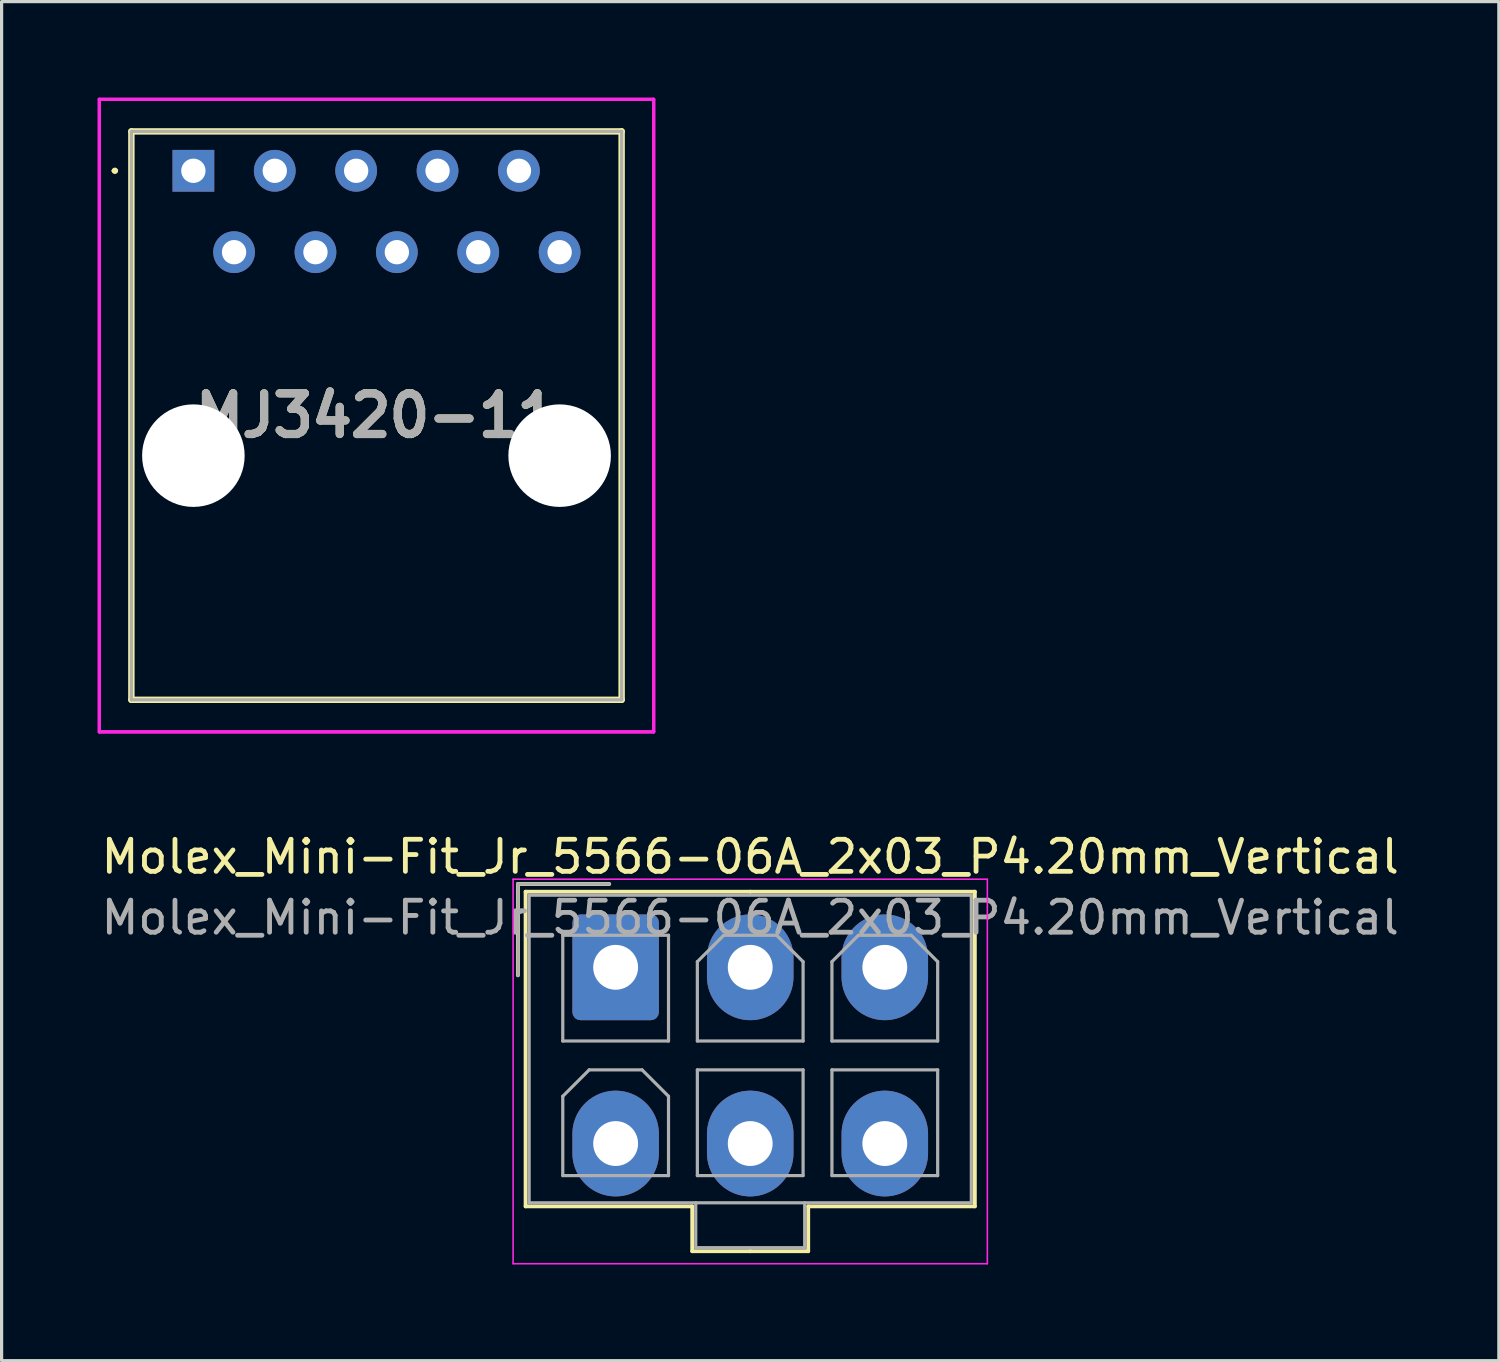
<source format=kicad_pcb>
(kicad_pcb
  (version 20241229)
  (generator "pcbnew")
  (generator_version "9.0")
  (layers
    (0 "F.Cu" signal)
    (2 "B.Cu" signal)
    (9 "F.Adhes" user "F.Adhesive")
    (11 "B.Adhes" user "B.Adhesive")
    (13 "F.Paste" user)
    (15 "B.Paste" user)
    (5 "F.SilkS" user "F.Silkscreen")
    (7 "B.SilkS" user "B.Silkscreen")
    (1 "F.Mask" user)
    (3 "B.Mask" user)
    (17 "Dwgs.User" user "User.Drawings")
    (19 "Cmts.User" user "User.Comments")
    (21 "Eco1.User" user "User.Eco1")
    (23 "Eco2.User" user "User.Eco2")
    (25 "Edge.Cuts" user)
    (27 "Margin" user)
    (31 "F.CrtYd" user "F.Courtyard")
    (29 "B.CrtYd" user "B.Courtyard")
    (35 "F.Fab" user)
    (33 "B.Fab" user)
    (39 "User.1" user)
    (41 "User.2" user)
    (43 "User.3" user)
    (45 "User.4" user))
  (footprint "Molex_Mini-Fit_Jr_5566-06A_2x03_P4.20mm_Vertical"
    (layer "F.Cu")
    (at 16.163 27.138)
    (property "Reference" "Molex_Mini-Fit_Jr_5566-06A_2x03_P4.20mm_Vertical" (at 4.2 -3.45 0) (layer "F.SilkS") (effects (font (size 1 1) (thickness 0.15))))
    (attr through_hole)
    (fp_line (start -3.05 -2.6) (end -3.05 0.25) (stroke (width 0.12) (type solid)) (layer "F.SilkS"))
    (fp_line (start -2.81 -2.36) (end -2.81 7.46) (stroke (width 0.12) (type solid)) (layer "F.SilkS"))
    (fp_line (start -2.81 7.46) (end 2.39 7.46) (stroke (width 0.12) (type solid)) (layer "F.SilkS"))
    (fp_line (start -0.2 -2.6) (end -3.05 -2.6) (stroke (width 0.12) (type solid)) (layer "F.SilkS"))
    (fp_line (start 2.39 7.46) (end 2.39 8.86) (stroke (width 0.12) (type solid)) (layer "F.SilkS"))
    (fp_line (start 2.39 8.86) (end 4.2 8.86) (stroke (width 0.12) (type solid)) (layer "F.SilkS"))
    (fp_line (start 4.2 -2.36) (end -2.81 -2.36) (stroke (width 0.12) (type solid)) (layer "F.SilkS"))
    (fp_line (start 4.2 -2.36) (end 11.21 -2.36) (stroke (width 0.12) (type solid)) (layer "F.SilkS"))
    (fp_line (start 6.01 7.46) (end 6.01 8.86) (stroke (width 0.12) (type solid)) (layer "F.SilkS"))
    (fp_line (start 6.01 8.86) (end 4.2 8.86) (stroke (width 0.12) (type solid)) (layer "F.SilkS"))
    (fp_line (start 11.21 -2.36) (end 11.21 7.46) (stroke (width 0.12) (type solid)) (layer "F.SilkS"))
    (fp_line (start 11.21 7.46) (end 6.01 7.46) (stroke (width 0.12) (type solid)) (layer "F.SilkS"))
    (fp_line (start -3.2 -2.75) (end -3.2 9.25) (stroke (width 0.05) (type solid)) (layer "F.CrtYd"))
    (fp_line (start -3.2 9.25) (end 11.6 9.25) (stroke (width 0.05) (type solid)) (layer "F.CrtYd"))
    (fp_line (start 11.6 -2.75) (end -3.2 -2.75) (stroke (width 0.05) (type solid)) (layer "F.CrtYd"))
    (fp_line (start 11.6 9.25) (end 11.6 -2.75) (stroke (width 0.05) (type solid)) (layer "F.CrtYd"))
    (fp_line (start -3.05 -2.6) (end -3.05 0.25) (stroke (width 0.1) (type solid)) (layer "F.Fab"))
    (fp_line (start -2.7 -2.25) (end -2.7 7.35) (stroke (width 0.1) (type solid)) (layer "F.Fab"))
    (fp_line (start -2.7 7.35) (end 11.1 7.35) (stroke (width 0.1) (type solid)) (layer "F.Fab"))
    (fp_line (start -1.65 -1) (end -1.65 2.3) (stroke (width 0.1) (type solid)) (layer "F.Fab"))
    (fp_line (start -1.65 2.3) (end 1.65 2.3) (stroke (width 0.1) (type solid)) (layer "F.Fab"))
    (fp_line (start -1.65 4.025) (end -0.825 3.2) (stroke (width 0.1) (type solid)) (layer "F.Fab"))
    (fp_line (start -1.65 6.5) (end -1.65 4.025) (stroke (width 0.1) (type solid)) (layer "F.Fab"))
    (fp_line (start -0.825 3.2) (end 0.825 3.2) (stroke (width 0.1) (type solid)) (layer "F.Fab"))
    (fp_line (start -0.2 -2.6) (end -3.05 -2.6) (stroke (width 0.1) (type solid)) (layer "F.Fab"))
    (fp_line (start 0.825 3.2) (end 1.65 4.025) (stroke (width 0.1) (type solid)) (layer "F.Fab"))
    (fp_line (start 1.65 -1) (end -1.65 -1) (stroke (width 0.1) (type solid)) (layer "F.Fab"))
    (fp_line (start 1.65 2.3) (end 1.65 -1) (stroke (width 0.1) (type solid)) (layer "F.Fab"))
    (fp_line (start 1.65 4.025) (end 1.65 6.5) (stroke (width 0.1) (type solid)) (layer "F.Fab"))
    (fp_line (start 1.65 6.5) (end -1.65 6.5) (stroke (width 0.1) (type solid)) (layer "F.Fab"))
    (fp_line (start 2.5 7.35) (end 2.5 8.75) (stroke (width 0.1) (type solid)) (layer "F.Fab"))
    (fp_line (start 2.5 8.75) (end 5.9 8.75) (stroke (width 0.1) (type solid)) (layer "F.Fab"))
    (fp_line (start 2.55 -0.175) (end 3.375 -1) (stroke (width 0.1) (type solid)) (layer "F.Fab"))
    (fp_line (start 2.55 2.3) (end 2.55 -0.175) (stroke (width 0.1) (type solid)) (layer "F.Fab"))
    (fp_line (start 2.55 3.2) (end 2.55 6.5) (stroke (width 0.1) (type solid)) (layer "F.Fab"))
    (fp_line (start 2.55 6.5) (end 5.85 6.5) (stroke (width 0.1) (type solid)) (layer "F.Fab"))
    (fp_line (start 3.375 -1) (end 5.025 -1) (stroke (width 0.1) (type solid)) (layer "F.Fab"))
    (fp_line (start 5.025 -1) (end 5.85 -0.175) (stroke (width 0.1) (type solid)) (layer "F.Fab"))
    (fp_line (start 5.85 -0.175) (end 5.85 2.3) (stroke (width 0.1) (type solid)) (layer "F.Fab"))
    (fp_line (start 5.85 2.3) (end 2.55 2.3) (stroke (width 0.1) (type solid)) (layer "F.Fab"))
    (fp_line (start 5.85 3.2) (end 2.55 3.2) (stroke (width 0.1) (type solid)) (layer "F.Fab"))
    (fp_line (start 5.85 6.5) (end 5.85 3.2) (stroke (width 0.1) (type solid)) (layer "F.Fab"))
    (fp_line (start 5.9 8.75) (end 5.9 7.35) (stroke (width 0.1) (type solid)) (layer "F.Fab"))
    (fp_line (start 6.75 -0.175) (end 7.575 -1) (stroke (width 0.1) (type solid)) (layer "F.Fab"))
    (fp_line (start 6.75 2.3) (end 6.75 -0.175) (stroke (width 0.1) (type solid)) (layer "F.Fab"))
    (fp_line (start 6.75 3.2) (end 6.75 6.5) (stroke (width 0.1) (type solid)) (layer "F.Fab"))
    (fp_line (start 6.75 6.5) (end 10.05 6.5) (stroke (width 0.1) (type solid)) (layer "F.Fab"))
    (fp_line (start 7.575 -1) (end 9.225 -1) (stroke (width 0.1) (type solid)) (layer "F.Fab"))
    (fp_line (start 9.225 -1) (end 10.05 -0.175) (stroke (width 0.1) (type solid)) (layer "F.Fab"))
    (fp_line (start 10.05 -0.175) (end 10.05 2.3) (stroke (width 0.1) (type solid)) (layer "F.Fab"))
    (fp_line (start 10.05 2.3) (end 6.75 2.3) (stroke (width 0.1) (type solid)) (layer "F.Fab"))
    (fp_line (start 10.05 3.2) (end 6.75 3.2) (stroke (width 0.1) (type solid)) (layer "F.Fab"))
    (fp_line (start 10.05 6.5) (end 10.05 3.2) (stroke (width 0.1) (type solid)) (layer "F.Fab"))
    (fp_line (start 11.1 -2.25) (end -2.7 -2.25) (stroke (width 0.1) (type solid)) (layer "F.Fab"))
    (fp_line (start 11.1 7.35) (end 11.1 -2.25) (stroke (width 0.1) (type solid)) (layer "F.Fab"))
    (fp_text user "${REFERENCE}" (at 4.2 -1.55 0) (layer "F.Fab") (effects (font (size 1 1) (thickness 0.15))))
    (pad "1" thru_hole roundrect (at 0 0) (size 2.7 3.3) (drill 1.4) (layers "*.Cu" "*.Mask") (roundrect_rratio 0.093))
    (pad "2" thru_hole oval (at 4.2 0) (size 2.7 3.3) (drill 1.4) (layers "*.Cu" "*.Mask"))
    (pad "3" thru_hole oval (at 8.4 0) (size 2.7 3.3) (drill 1.4) (layers "*.Cu" "*.Mask"))
    (pad "4" thru_hole oval (at 0 5.5) (size 2.7 3.3) (drill 1.4) (layers "*.Cu" "*.Mask"))
    (pad "5" thru_hole oval (at 4.2 5.5) (size 2.7 3.3) (drill 1.4) (layers "*.Cu" "*.Mask"))
    (pad "6" thru_hole oval (at 8.4 5.5) (size 2.7 3.3) (drill 1.4) (layers "*.Cu" "*.Mask")))
  (footprint "MJ3420-11"
    (layer "F.Cu")
    (at 2.985 2.28)
    (property "Reference" "MJ3420-11" (at 5.715 7.64 0) (layer "F.SilkS") (effects (font (size 1.27 1.27) (thickness 0.254))))
    (attr through_hole)
    (fp_line (start -2.5 0) (end -2.5 0) (stroke (width 0.1) (type solid)) (layer "F.SilkS"))
    (fp_line (start -2.4 0) (end -2.4 0) (stroke (width 0.1) (type solid)) (layer "F.SilkS"))
    (fp_line (start -1.935 -1.23) (end 13.365 -1.23) (stroke (width 0.2) (type solid)) (layer "F.SilkS"))
    (fp_line (start -1.935 16.51) (end -1.935 -1.23) (stroke (width 0.2) (type solid)) (layer "F.SilkS"))
    (fp_line (start 13.365 -1.23) (end 13.365 16.51) (stroke (width 0.2) (type solid)) (layer "F.SilkS"))
    (fp_line (start 13.365 16.51) (end -1.935 16.51) (stroke (width 0.2) (type solid)) (layer "F.SilkS"))
    (fp_arc (start -2.5 0) (mid -2.45 -0.05) (end -2.4 0) (stroke (width 0.1) (type solid)) (layer "F.SilkS"))
    (fp_arc (start -2.4 0) (mid -2.45 0.05) (end -2.5 0) (stroke (width 0.1) (type solid)) (layer "F.SilkS"))
    (fp_line (start -2.935 -2.23) (end 14.365 -2.23) (stroke (width 0.1) (type solid)) (layer "F.CrtYd"))
    (fp_line (start -2.935 -2.23) (end 14.365 -2.23) (stroke (width 0.1) (type solid)) (layer "F.CrtYd"))
    (fp_line (start -2.935 17.51) (end -2.935 -2.23) (stroke (width 0.1) (type solid)) (layer "F.CrtYd"))
    (fp_line (start -2.935 17.51) (end -2.935 -2.23) (stroke (width 0.1) (type solid)) (layer "F.CrtYd"))
    (fp_line (start 14.365 -2.23) (end 14.365 17.51) (stroke (width 0.1) (type solid)) (layer "F.CrtYd"))
    (fp_line (start 14.365 -2.23) (end 14.365 17.51) (stroke (width 0.1) (type solid)) (layer "F.CrtYd"))
    (fp_line (start 14.365 17.51) (end -2.935 17.51) (stroke (width 0.1) (type solid)) (layer "F.CrtYd"))
    (fp_line (start 14.365 17.51) (end -2.935 17.51) (stroke (width 0.1) (type solid)) (layer "F.CrtYd"))
    (fp_line (start -1.935 -1.23) (end 13.365 -1.23) (stroke (width 0.1) (type solid)) (layer "F.Fab"))
    (fp_line (start -1.935 16.51) (end -1.935 -1.23) (stroke (width 0.1) (type solid)) (layer "F.Fab"))
    (fp_line (start 13.365 -1.23) (end 13.365 16.51) (stroke (width 0.1) (type solid)) (layer "F.Fab"))
    (fp_line (start 13.365 16.51) (end -1.935 16.51) (stroke (width 0.1) (type solid)) (layer "F.Fab"))
    (fp_text user "${REFERENCE}" (at 5.715 7.64 0) (layer "F.Fab") (effects (font (size 1.27 1.27) (thickness 0.254))))
    (pad "" np_thru_hole circle (at 0 8.89) (size 3.2 3.2) (drill 3.2) (layers "*.Cu" "*.Mask"))
    (pad "" np_thru_hole circle (at 11.43 8.89) (size 3.2 3.2) (drill 3.2) (layers "*.Cu" "*.Mask"))
    (pad "1" thru_hole rect (at 0 0) (size 1.303 1.303) (drill 0.76) (layers "*.Cu" "*.Mask"))
    (pad "2" thru_hole circle (at 1.27 2.54) (size 1.303 1.303) (drill 0.76) (layers "*.Cu" "*.Mask"))
    (pad "3" thru_hole circle (at 2.54 0) (size 1.303 1.303) (drill 0.76) (layers "*.Cu" "*.Mask"))
    (pad "4" thru_hole circle (at 3.81 2.54) (size 1.303 1.303) (drill 0.76) (layers "*.Cu" "*.Mask"))
    (pad "5" thru_hole circle (at 5.08 0) (size 1.303 1.303) (drill 0.76) (layers "*.Cu" "*.Mask"))
    (pad "6" thru_hole circle (at 6.35 2.54) (size 1.303 1.303) (drill 0.76) (layers "*.Cu" "*.Mask"))
    (pad "7" thru_hole circle (at 7.62 0) (size 1.303 1.303) (drill 0.76) (layers "*.Cu" "*.Mask"))
    (pad "8" thru_hole circle (at 8.89 2.54) (size 1.303 1.303) (drill 0.76) (layers "*.Cu" "*.Mask"))
    (pad "9" thru_hole circle (at 10.16 0) (size 1.303 1.303) (drill 0.76) (layers "*.Cu" "*.Mask"))
    (pad "10" thru_hole circle (at 11.43 2.54) (size 1.303 1.303) (drill 0.76) (layers "*.Cu" "*.Mask")))
  (gr_rect
    (start -3 -3)
    (end 43.726 39.413)
    (stroke (width 0.1) (type default))
    (fill no)
    (layer "Edge.Cuts")))
</source>
